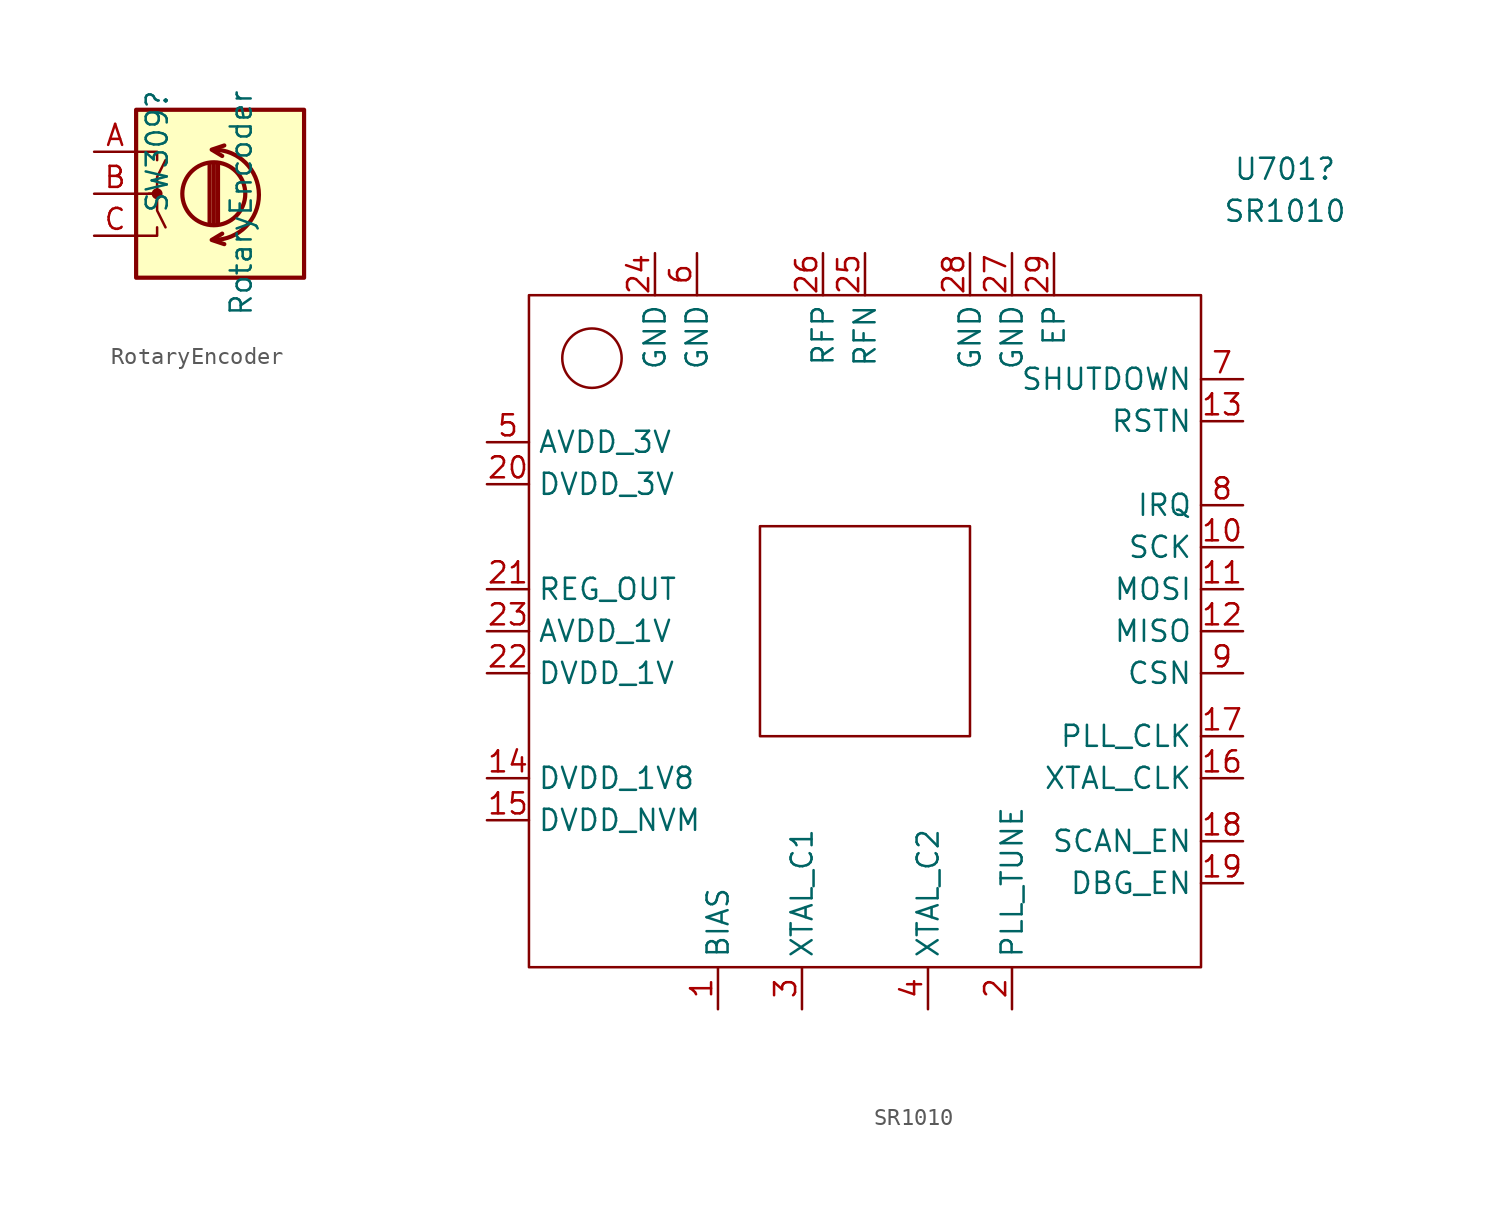
<source format=kicad_sym>
(kicad_symbol_lib
  (version 20211014)
  (generator kicad_symbol_editor)
  (symbol "RotaryEncoder"
    (pin_names
      (offset 0.254) hide)
    (property "Reference" "SW309"
      (at -3.81 6.35 90)
      (effects (font (size 1.27 1.27)) (justify right)))
    (property "Value" "RotaryEncoder"
      (at 1.27 6.35 90)
      (effects (font (size 1.27 1.27)) (justify right)))
    (symbol "RotaryEncoder_0_1"
      (rectangle (start -5.08 5.08) (end 5.08 -5.08) (stroke (width 0.254) (type default) (color 0 0 0 0)) (fill (type background)))
      (circle (center -3.81 0) (radius 0.254) (stroke (width 0) (type default) (color 0 0 0 0)) (fill (type outline)))
      (arc (start -0.381 -2.794) (mid 2.3622 -0.0635) (end -0.381 2.667) (stroke (width 0.254) (type default) (color 0 0 0 0)) (fill (type none)))
      (circle (center -0.381 0) (radius 1.905) (stroke (width 0.254) (type default) (color 0 0 0 0)) (fill (type none)))
      (polyline (pts (xy -0.635 -1.778) (xy -0.635 1.778)) (stroke (width 0.254) (type default) (color 0 0 0 0)) (fill (type none)))
      (polyline (pts (xy -0.381 -1.778) (xy -0.381 1.778)) (stroke (width 0.254) (type default) (color 0 0 0 0)) (fill (type none)))
      (polyline (pts (xy -0.127 1.778) (xy -0.127 -1.778)) (stroke (width 0.254) (type default) (color 0 0 0 0)) (fill (type none)))
      (polyline (pts (xy -5.08 -2.54) (xy -3.81 -2.54) (xy -3.81 -2.032)) (stroke (width 0) (type default) (color 0 0 0 0)) (fill (type none)))
      (polyline (pts (xy -5.08 2.54) (xy -3.81 2.54) (xy -3.81 2.032)) (stroke (width 0) (type default) (color 0 0 0 0)) (fill (type none)))
      (polyline (pts (xy 0.254 -3.048) (xy -0.508 -2.794) (xy 0.127 -2.413)) (stroke (width 0.254) (type default) (color 0 0 0 0)) (fill (type none)))
      (polyline (pts (xy 0.254 2.921) (xy -0.508 2.667) (xy 0.127 2.286)) (stroke (width 0.254) (type default) (color 0 0 0 0)) (fill (type none)))
      (polyline (pts (xy -5.08 0) (xy -3.81 0) (xy -3.81 -1.016) (xy -3.302 -2.032)) (stroke (width 0) (type default) (color 0 0 0 0)) (fill (type none)))
      (polyline (pts (xy -4.318 0) (xy -3.81 0) (xy -3.81 1.016) (xy -3.302 2.032)) (stroke (width 0) (type default) (color 0 0 0 0)) (fill (type none))))
    (symbol "RotaryEncoder_1_1"
      (pin output line (at -7.62 2.54 0) (length 2.54) (name "A" (effects (font (size 1.27 1.27)))) (number "A" (effects (font (size 1.27 1.27)))))
      (pin output line (at -7.62 0 0) (length 2.54) (name "B" (effects (font (size 1.27 1.27)))) (number "B" (effects (font (size 1.27 1.27)))))
      (pin power_in line (at -7.62 -2.54 0) (length 2.54) (name "COM" (effects (font (size 1.27 1.27)))) (number "C" (effects (font (size 1.27 1.27)))))))
  (symbol "SR1010"
    (property "Reference" "U701"
      (at 25.4 27.94 0)
      (effects (font (size 1.27 1.27))))
    (property "Value" "SR1010"
      (at 25.4 25.4 0)
      (effects (font (size 1.27 1.27))))
    (symbol "SR1010_0_1"
      (rectangle (start -20.32 20.32) (end 20.32 -20.32) (stroke (width 0) (type default) (color 0 0 0 0)) (fill (type none)))
      (circle (center -16.51 16.51) (radius 1.796) (stroke (width 0) (type default) (color 0 0 0 0)) (fill (type none)))
      (rectangle (start -6.35 6.35) (end 6.35 -6.35) (stroke (width 0) (type default) (color 0 0 0 0)) (fill (type none))))
    (symbol "SR1010_1_1"
      (pin bidirectional line (at -8.89 -22.86 90) (length 2.54) (name "BIAS" (effects (font (size 1.27 1.27)))) (number "1" (effects (font (size 1.27 1.27)))))
      (pin input line (at 22.86 5.08 180) (length 2.54) (name "SCK" (effects (font (size 1.27 1.27)))) (number "10" (effects (font (size 1.27 1.27)))))
      (pin input line (at 22.86 2.54 180) (length 2.54) (name "MOSI" (effects (font (size 1.27 1.27)))) (number "11" (effects (font (size 1.27 1.27)))))
      (pin output line (at 22.86 0 180) (length 2.54) (name "MISO" (effects (font (size 1.27 1.27)))) (number "12" (effects (font (size 1.27 1.27)))))
      (pin input line (at 22.86 12.7 180) (length 2.54) (name "RSTN" (effects (font (size 1.27 1.27)))) (number "13" (effects (font (size 1.27 1.27)))))
      (pin power_out line (at -22.86 -8.89 0) (length 2.54) (name "DVDD_1V8" (effects (font (size 1.27 1.27)))) (number "14" (effects (font (size 1.27 1.27)))))
      (pin power_in line (at -22.86 -11.43 0) (length 2.54) (name "DVDD_NVM" (effects (font (size 1.27 1.27)))) (number "15" (effects (font (size 1.27 1.27)))))
      (pin bidirectional line (at 22.86 -8.89 180) (length 2.54) (name "XTAL_CLK" (effects (font (size 1.27 1.27)))) (number "16" (effects (font (size 1.27 1.27)))))
      (pin bidirectional line (at 22.86 -6.35 180) (length 2.54) (name "PLL_CLK" (effects (font (size 1.27 1.27)))) (number "17" (effects (font (size 1.27 1.27)))))
      (pin input line (at 22.86 -12.7 180) (length 2.54) (name "SCAN_EN" (effects (font (size 1.27 1.27)))) (number "18" (effects (font (size 1.27 1.27)))))
      (pin input line (at 22.86 -15.24 180) (length 2.54) (name "DBG_EN" (effects (font (size 1.27 1.27)))) (number "19" (effects (font (size 1.27 1.27)))))
      (pin bidirectional line (at 8.89 -22.86 90) (length 2.54) (name "PLL_TUNE" (effects (font (size 1.27 1.27)))) (number "2" (effects (font (size 1.27 1.27)))))
      (pin power_in line (at -22.86 8.89 0) (length 2.54) (name "DVDD_3V" (effects (font (size 1.27 1.27)))) (number "20" (effects (font (size 1.27 1.27)))))
      (pin power_out line (at -22.86 2.54 0) (length 2.54) (name "REG_OUT" (effects (font (size 1.27 1.27)))) (number "21" (effects (font (size 1.27 1.27)))))
      (pin power_out line (at -22.86 -2.54 0) (length 2.54) (name "DVDD_1V" (effects (font (size 1.27 1.27)))) (number "22" (effects (font (size 1.27 1.27)))))
      (pin power_in line (at -22.86 0 0) (length 2.54) (name "AVDD_1V" (effects (font (size 1.27 1.27)))) (number "23" (effects (font (size 1.27 1.27)))))
      (pin power_in line (at -12.7 22.86 270) (length 2.54) (name "GND" (effects (font (size 1.27 1.27)))) (number "24" (effects (font (size 1.27 1.27)))))
      (pin bidirectional line (at 0 22.86 270) (length 2.54) (name "RFN" (effects (font (size 1.27 1.27)))) (number "25" (effects (font (size 1.27 1.27)))))
      (pin bidirectional line (at -2.54 22.86 270) (length 2.54) (name "RFP" (effects (font (size 1.27 1.27)))) (number "26" (effects (font (size 1.27 1.27)))))
      (pin power_in line (at 8.89 22.86 270) (length 2.54) (name "GND" (effects (font (size 1.27 1.27)))) (number "27" (effects (font (size 1.27 1.27)))))
      (pin power_in line (at 6.35 22.86 270) (length 2.54) (name "GND" (effects (font (size 1.27 1.27)))) (number "28" (effects (font (size 1.27 1.27)))))
      (pin power_in line (at 11.43 22.86 270) (length 2.54) (name "EP" (effects (font (size 1.27 1.27)))) (number "29" (effects (font (size 1.27 1.27)))))
      (pin input line (at -3.81 -22.86 90) (length 2.54) (name "XTAL_C1" (effects (font (size 1.27 1.27)))) (number "3" (effects (font (size 1.27 1.27)))))
      (pin output line (at 3.81 -22.86 90) (length 2.54) (name "XTAL_C2" (effects (font (size 1.27 1.27)))) (number "4" (effects (font (size 1.27 1.27)))))
      (pin power_in line (at -22.86 11.43 0) (length 2.54) (name "AVDD_3V" (effects (font (size 1.27 1.27)))) (number "5" (effects (font (size 1.27 1.27)))))
      (pin power_in line (at -10.16 22.86 270) (length 2.54) (name "GND" (effects (font (size 1.27 1.27)))) (number "6" (effects (font (size 1.27 1.27)))))
      (pin input line (at 22.86 15.24 180) (length 2.54) (name "SHUTDOWN" (effects (font (size 1.27 1.27)))) (number "7" (effects (font (size 1.27 1.27)))))
      (pin output line (at 22.86 7.62 180) (length 2.54) (name "IRQ" (effects (font (size 1.27 1.27)))) (number "8" (effects (font (size 1.27 1.27)))))
      (pin input line (at 22.86 -2.54 180) (length 2.54) (name "CSN" (effects (font (size 1.27 1.27)))) (number "9" (effects (font (size 1.27 1.27))))))))
</source>
